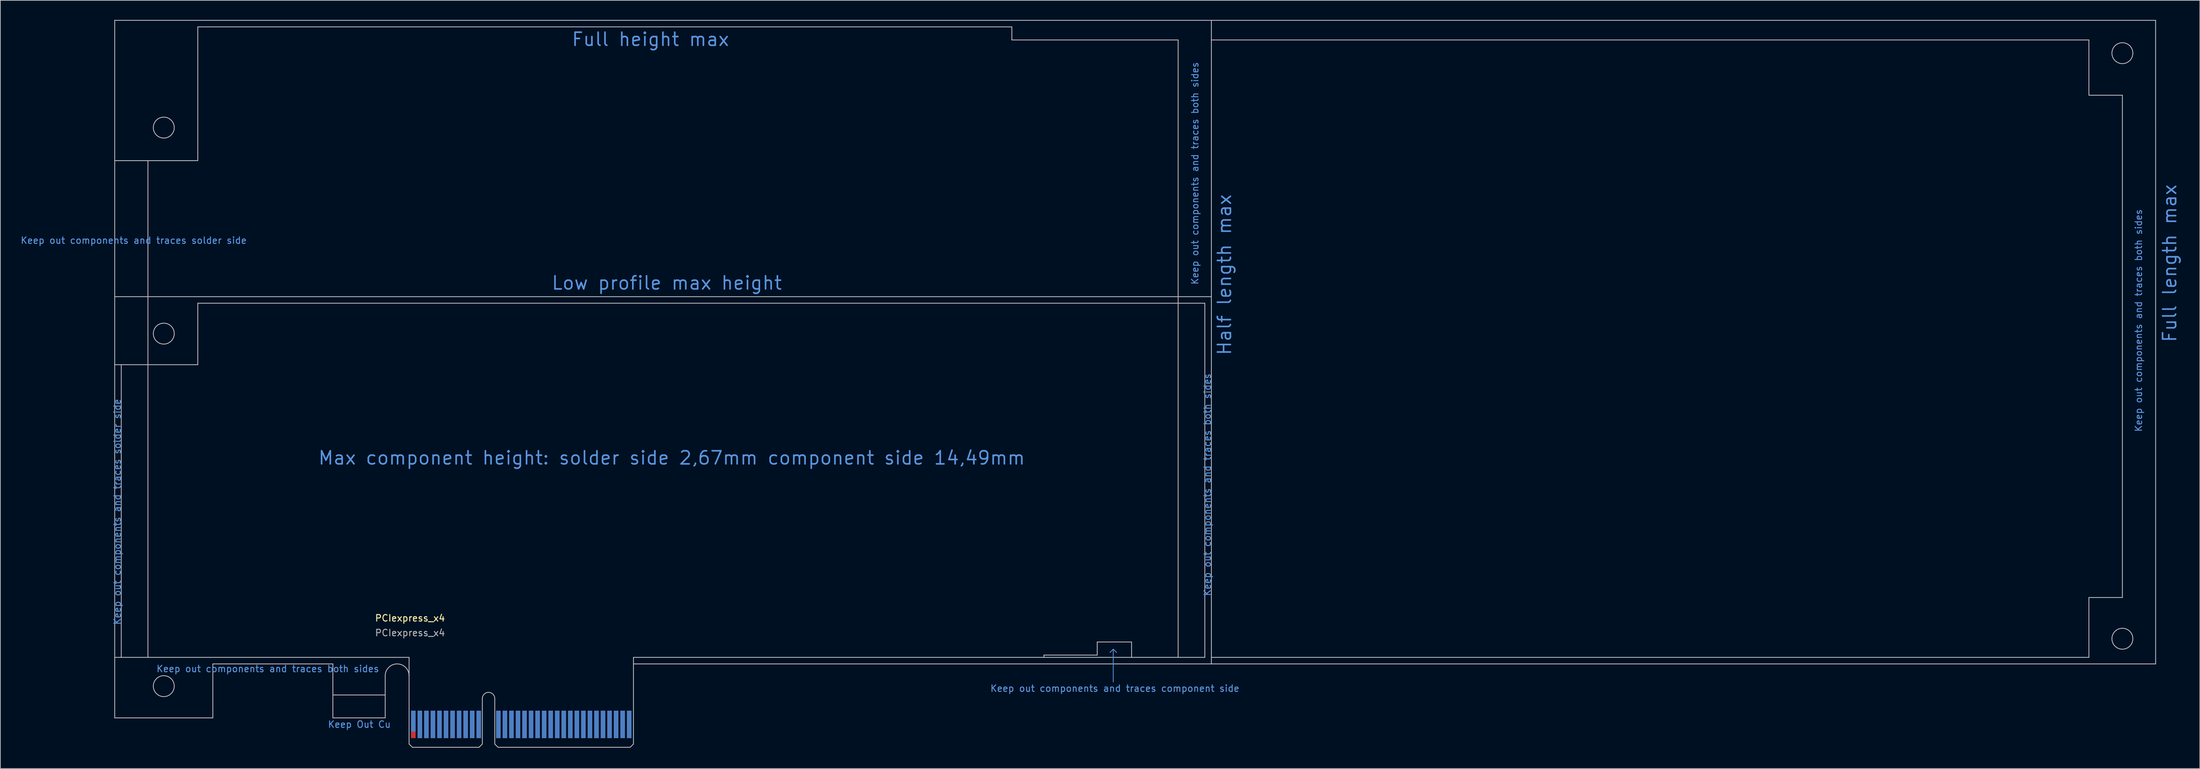
<source format=kicad_pcb>
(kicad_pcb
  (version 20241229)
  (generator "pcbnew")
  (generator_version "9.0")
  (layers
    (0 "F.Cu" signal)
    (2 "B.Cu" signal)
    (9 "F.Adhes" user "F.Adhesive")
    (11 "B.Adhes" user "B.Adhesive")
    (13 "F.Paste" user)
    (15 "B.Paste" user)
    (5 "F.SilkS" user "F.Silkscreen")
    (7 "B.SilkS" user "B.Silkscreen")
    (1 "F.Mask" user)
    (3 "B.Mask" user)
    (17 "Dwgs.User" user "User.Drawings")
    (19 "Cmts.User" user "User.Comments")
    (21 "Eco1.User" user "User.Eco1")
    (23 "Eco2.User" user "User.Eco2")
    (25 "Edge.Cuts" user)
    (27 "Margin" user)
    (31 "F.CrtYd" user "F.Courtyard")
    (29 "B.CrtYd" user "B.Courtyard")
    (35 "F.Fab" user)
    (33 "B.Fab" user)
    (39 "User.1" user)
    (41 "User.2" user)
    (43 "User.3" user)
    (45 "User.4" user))
  (footprint "PCIexpress_x4"
    (layer "F.Cu")
    (at 59.637 111.21)
    (property "Reference" "PCIexpress_x4" (at 0 -19.75 0) (layer "F.SilkS") (effects (font (size 1 1) (thickness 0.15))))
    (attr exclude_from_pos_files exclude_from_bom)
    (fp_poly (pts (xy -11.8 -4.5) (xy -11.8 -8) (xy -3.8 -8) (xy -3.8 -4.5)) (stroke (width 0) (type solid)) (fill yes) (layer "F.Mask"))
    (fp_poly (pts (xy -0.25 -5.5) (xy 34.25 -5.5) (xy 34.25 0) (xy -0.25 0)) (stroke (width 0.2) (type solid)) (fill yes) (layer "F.Mask"))
    (fp_poly (pts (xy -11.8 -4.5) (xy -11.8 -8) (xy -3.8 -8) (xy -3.8 -4.5)) (stroke (width 0) (type solid)) (fill yes) (layer "B.Mask"))
    (fp_poly (pts (xy -0.25 -5.5) (xy 34.25 -5.5) (xy 34.25 0) (xy -0.25 0)) (stroke (width 0.2) (type solid)) (fill yes) (layer "B.Mask"))
    (fp_line (start -45.15 -111.15) (end -45.15 -4.5) (stroke (width 0.12) (type solid)) (layer "Dwgs.User"))
    (fp_line (start -45.15 -111.15) (end 122.5 -111.15) (stroke (width 0.12) (type solid)) (layer "Dwgs.User"))
    (fp_line (start -45.15 -89.7) (end -32.45 -89.7) (stroke (width 0.12) (type solid)) (layer "Dwgs.User"))
    (fp_line (start -45.15 -68.9) (end 122.5 -68.9) (stroke (width 0.12) (type solid)) (layer "Dwgs.User"))
    (fp_line (start -45.15 -58.5) (end -32.45 -58.5) (stroke (width 0.12) (type solid)) (layer "Dwgs.User"))
    (fp_line (start -44.15 -58.5) (end -44.15 -13.75) (stroke (width 0.12) (type solid)) (layer "Dwgs.User"))
    (fp_line (start -40.07 -13.75) (end -40.07 -89.7) (stroke (width 0.12) (type solid)) (layer "Dwgs.User"))
    (fp_line (start -32.45 -110.15) (end -32.45 -89.7) (stroke (width 0.12) (type solid)) (layer "Dwgs.User"))
    (fp_line (start -32.45 -110.15) (end 92 -110.15) (stroke (width 0.12) (type solid)) (layer "Dwgs.User"))
    (fp_line (start -32.45 -67.9) (end 121.5 -67.9) (stroke (width 0.12) (type solid)) (layer "Dwgs.User"))
    (fp_line (start -32.45 -58.5) (end -32.45 -67.9) (stroke (width 0.12) (type solid)) (layer "Dwgs.User"))
    (fp_line (start -30.15 -12.75) (end -11.8 -12.75) (stroke (width 0.12) (type solid)) (layer "Dwgs.User"))
    (fp_line (start -30.15 -4.5) (end -45.15 -4.5) (stroke (width 0.12) (type solid)) (layer "Dwgs.User"))
    (fp_line (start -30.15 -4.5) (end -30.15 -12.75) (stroke (width 0.12) (type solid)) (layer "Dwgs.User"))
    (fp_line (start -11.8 -8) (end -3.8 -8) (stroke (width 0.12) (type solid)) (layer "Dwgs.User"))
    (fp_line (start -11.8 -4.5) (end -11.8 -12.75) (stroke (width 0.12) (type solid)) (layer "Dwgs.User"))
    (fp_line (start -11.8 -4.5) (end -3.8 -4.5) (stroke (width 0.12) (type solid)) (layer "Dwgs.User"))
    (fp_line (start -3.8 -4.5) (end -3.8 -10.925) (stroke (width 0.12) (type solid)) (layer "Dwgs.User"))
    (fp_line (start -0.15 -13.75) (end -45.15 -13.75) (stroke (width 0.12) (type solid)) (layer "Dwgs.User"))
    (fp_line (start -0.15 -10.925) (end -0.15 -13.75) (stroke (width 0.12) (type solid)) (layer "Dwgs.User"))
    (fp_line (start -0.15 -0.5) (end -0.15 -10.925) (stroke (width 0.12) (type solid)) (layer "Dwgs.User"))
    (fp_line (start -0.15 -0.5) (end 0.35 0) (stroke (width 0.12) (type solid)) (layer "Dwgs.User"))
    (fp_line (start 0.35 0) (end 10.55 0) (stroke (width 0.12) (type solid)) (layer "Dwgs.User"))
    (fp_line (start 11.05 -7.45) (end 11.05 -0.5) (stroke (width 0.12) (type solid)) (layer "Dwgs.User"))
    (fp_line (start 11.05 -0.5) (end 10.55 0) (stroke (width 0.12) (type solid)) (layer "Dwgs.User"))
    (fp_line (start 12.95 -7.45) (end 12.95 -0.5) (stroke (width 0.12) (type solid)) (layer "Dwgs.User"))
    (fp_line (start 12.95 -0.5) (end 13.45 0) (stroke (width 0.12) (type solid)) (layer "Dwgs.User"))
    (fp_line (start 13.45 0) (end 33.65 0) (stroke (width 0.12) (type solid)) (layer "Dwgs.User"))
    (fp_line (start 34.15 -13.75) (end 121.5 -13.75) (stroke (width 0.12) (type solid)) (layer "Dwgs.User"))
    (fp_line (start 34.15 -12.75) (end 34.15 -13.75) (stroke (width 0.12) (type solid)) (layer "Dwgs.User"))
    (fp_line (start 34.15 -12.75) (end 122.503 -12.75) (stroke (width 0.12) (type solid)) (layer "Dwgs.User"))
    (fp_line (start 34.15 -0.5) (end 33.65 0) (stroke (width 0.12) (type solid)) (layer "Dwgs.User"))
    (fp_line (start 34.15 -0.5) (end 34.15 -12.75) (stroke (width 0.12) (type solid)) (layer "Dwgs.User"))
    (fp_line (start 92 -110.15) (end 92 -108.15) (stroke (width 0.12) (type solid)) (layer "Dwgs.User"))
    (fp_line (start 92 -108.15) (end 117.42 -108.15) (stroke (width 0.12) (type solid)) (layer "Dwgs.User"))
    (fp_line (start 96.9 -14.1) (end 96.9 -13.75) (stroke (width 0.12) (type solid)) (layer "Dwgs.User"))
    (fp_line (start 96.9 -14.1) (end 105.05 -14.1) (stroke (width 0.12) (type solid)) (layer "Dwgs.User"))
    (fp_line (start 105.05 -16.1) (end 110.3 -16.1) (stroke (width 0.12) (type solid)) (layer "Dwgs.User"))
    (fp_line (start 105.05 -14.1) (end 105.05 -16.1) (stroke (width 0.12) (type solid)) (layer "Dwgs.User"))
    (fp_line (start 110.3 -16.1) (end 110.3 -13.75) (stroke (width 0.12) (type solid)) (layer "Dwgs.User"))
    (fp_line (start 117.42 -108.15) (end 117.42 -13.75) (stroke (width 0.12) (type solid)) (layer "Dwgs.User"))
    (fp_line (start 121.5 -67.9) (end 121.5 -13.75) (stroke (width 0.12) (type solid)) (layer "Dwgs.User"))
    (fp_line (start 122.5 -111.15) (end 122.5 -12.75) (stroke (width 0.12) (type solid)) (layer "Dwgs.User"))
    (fp_line (start 122.5 -111.15) (end 266.85 -111.15) (stroke (width 0.12) (type solid)) (layer "Dwgs.User"))
    (fp_line (start 122.5 -108.15) (end 256.65 -108.15) (stroke (width 0.12) (type solid)) (layer "Dwgs.User"))
    (fp_line (start 122.5 -13.75) (end 256.65 -13.75) (stroke (width 0.12) (type solid)) (layer "Dwgs.User"))
    (fp_line (start 122.503 -12.75) (end 266.853 -12.75) (stroke (width 0.12) (type solid)) (layer "Dwgs.User"))
    (fp_line (start 256.65 -108.15) (end 256.65 -99.7) (stroke (width 0.12) (type solid)) (layer "Dwgs.User"))
    (fp_line (start 256.65 -99.7) (end 261.77 -99.7) (stroke (width 0.12) (type solid)) (layer "Dwgs.User"))
    (fp_line (start 256.65 -22.9) (end 261.77 -22.9) (stroke (width 0.12) (type solid)) (layer "Dwgs.User"))
    (fp_line (start 256.65 -13.75) (end 256.65 -22.9) (stroke (width 0.12) (type solid)) (layer "Dwgs.User"))
    (fp_line (start 261.77 -99.7) (end 261.77 -22.9) (stroke (width 0.12) (type solid)) (layer "Dwgs.User"))
    (fp_line (start 266.85 -111.15) (end 266.853 -12.75) (stroke (width 0.12) (type solid)) (layer "Dwgs.User"))
    (fp_arc (start -3.8 -10.925) (mid -1.975 -12.75) (end -0.15 -10.925) (stroke (width 0.12) (type solid)) (layer "Dwgs.User"))
    (fp_arc (start 11.05 -7.45) (mid 12 -8.4) (end 12.95 -7.45) (stroke (width 0.12) (type solid)) (layer "Dwgs.User"))
    (fp_circle (center -37.65 -94.75) (end -36.05 -94.75) (stroke (width 0.12) (type solid)) (fill no) (layer "Dwgs.User"))
    (fp_circle (center -37.65 -63.25) (end -36.05 -63.25) (stroke (width 0.12) (type solid)) (fill no) (layer "Dwgs.User"))
    (fp_circle (center -37.65 -9.35) (end -36.05 -9.35) (stroke (width 0.12) (type solid)) (fill no) (layer "Dwgs.User"))
    (fp_circle (center 261.77 -106.13) (end 263.37 -106.13) (stroke (width 0.12) (type solid)) (fill no) (layer "Dwgs.User"))
    (fp_circle (center 261.77 -16.6) (end 263.37 -16.6) (stroke (width 0.12) (type solid)) (fill no) (layer "Dwgs.User"))
    (fp_line (start 107.5 -15) (end 107 -14.5) (stroke (width 0.12) (type solid)) (layer "Cmts.User"))
    (fp_line (start 107.5 -15) (end 108 -14.5) (stroke (width 0.12) (type solid)) (layer "Cmts.User"))
    (fp_line (start 107.5 -10) (end 107.5 -15) (stroke (width 0.12) (type solid)) (layer "Cmts.User"))
    (fp_text user "Full height max" (at 36.75 -108.25 0) (layer "Cmts.User") (effects (font (size 2 2) (thickness 0.25))))
    (fp_text user "Keep out components and traces both sides" (at 120 -87.75 90) (layer "Cmts.User") (effects (font (size 1 1) (thickness 0.15))))
    (fp_text user "Half length max" (at 124.5 -72.25 90) (layer "Cmts.User") (effects (font (size 2 2) (thickness 0.25))))
    (fp_text user "Keep out components and traces solder side" (at -42.25 -77.5 180) (layer "Cmts.User") (effects (font (size 1 1) (thickness 0.15))))
    (fp_text user "Max component height: solder side 2,67mm component side 14,49mm" (at 40 -44.25 0) (layer "Cmts.User") (effects (font (size 2 2) (thickness 0.25))))
    (fp_text user "Low profile max height" (at 39.25 -71 0) (layer "Cmts.User") (effects (font (size 2 2) (thickness 0.25))))
    (fp_text user "Keep out components and traces both sides" (at -21.75 -12 0) (layer "Cmts.User") (effects (font (size 1 1) (thickness 0.15))))
    (fp_text user "Keep out components and traces both sides" (at 264.25 -65.25 90) (layer "Cmts.User") (effects (font (size 1 1) (thickness 0.15))))
    (fp_text user "Keep Out Cu" (at -7.75 -3.5 0) (layer "Cmts.User") (effects (font (size 1 1) (thickness 0.15))))
    (fp_text user "Keep out components and traces component side" (at 107.75 -9 180) (layer "Cmts.User") (effects (font (size 1 1) (thickness 0.15))))
    (fp_text user "Keep out components and traces solder side" (at -44.75 -36 90) (layer "Cmts.User") (effects (font (size 1 1) (thickness 0.15))))
    (fp_text user "Keep out components and traces both sides" (at 121.893 -40.135 90) (layer "Cmts.User") (effects (font (size 1 1) (thickness 0.15))))
    (fp_text user "Full length max" (at 269 -74 90) (layer "Cmts.User") (effects (font (size 2 2) (thickness 0.25))))
    (fp_text user "${REFERENCE}" (at 0 -17.5 0) (layer "F.Fab") (effects (font (size 1 1) (thickness 0.15))))
    (pad "A1" connect rect (at 0.5 -4) (size 0.7 3.2) (layers "B.Cu"))
    (pad "A2" connect rect (at 1.5 -3.5) (size 0.7 4.2) (layers "B.Cu"))
    (pad "A3" connect rect (at 2.5 -3.5) (size 0.7 4.2) (layers "B.Cu"))
    (pad "A4" connect rect (at 3.5 -3.5) (size 0.7 4.2) (layers "B.Cu"))
    (pad "A5" connect rect (at 4.5 -3.5) (size 0.7 4.2) (layers "B.Cu"))
    (pad "A6" connect rect (at 5.5 -3.5) (size 0.7 4.2) (layers "B.Cu"))
    (pad "A7" connect rect (at 6.5 -3.5) (size 0.7 4.2) (layers "B.Cu"))
    (pad "A8" connect rect (at 7.5 -3.5) (size 0.7 4.2) (layers "B.Cu"))
    (pad "A9" connect rect (at 8.5 -3.5) (size 0.7 4.2) (layers "B.Cu"))
    (pad "A10" connect rect (at 9.5 -3.5) (size 0.7 4.2) (layers "B.Cu"))
    (pad "A11" connect rect (at 10.5 -3.5) (size 0.7 4.2) (layers "B.Cu"))
    (pad "A12" connect rect (at 13.5 -3.5) (size 0.7 4.2) (layers "B.Cu"))
    (pad "A13" connect rect (at 14.5 -3.5) (size 0.7 4.2) (layers "B.Cu"))
    (pad "A14" connect rect (at 15.5 -3.5) (size 0.7 4.2) (layers "B.Cu"))
    (pad "A15" connect rect (at 16.5 -3.5) (size 0.7 4.2) (layers "B.Cu"))
    (pad "A16" connect rect (at 17.5 -3.5) (size 0.7 4.2) (layers "B.Cu"))
    (pad "A17" connect rect (at 18.5 -3.5) (size 0.7 4.2) (layers "B.Cu"))
    (pad "A18" connect rect (at 19.5 -3.5) (size 0.7 4.2) (layers "B.Cu"))
    (pad "A19" connect rect (at 20.5 -3.5) (size 0.7 4.2) (layers "B.Cu"))
    (pad "A20" connect rect (at 21.5 -3.5) (size 0.7 4.2) (layers "B.Cu"))
    (pad "A21" connect rect (at 22.5 -3.5) (size 0.7 4.2) (layers "B.Cu"))
    (pad "A22" connect rect (at 23.5 -3.5) (size 0.7 4.2) (layers "B.Cu"))
    (pad "A23" connect rect (at 24.5 -3.5) (size 0.7 4.2) (layers "B.Cu"))
    (pad "A24" connect rect (at 25.5 -3.5) (size 0.7 4.2) (layers "B.Cu"))
    (pad "A25" connect rect (at 26.5 -3.5) (size 0.7 4.2) (layers "B.Cu"))
    (pad "A26" connect rect (at 27.5 -3.5) (size 0.7 4.2) (layers "B.Cu"))
    (pad "A27" connect rect (at 28.5 -3.5) (size 0.7 4.2) (layers "B.Cu"))
    (pad "A28" connect rect (at 29.5 -3.5) (size 0.7 4.2) (layers "B.Cu"))
    (pad "A29" connect rect (at 30.5 -3.5) (size 0.7 4.2) (layers "B.Cu"))
    (pad "A30" connect rect (at 31.5 -3.5) (size 0.7 4.2) (layers "B.Cu"))
    (pad "A31" connect rect (at 32.5 -3.5) (size 0.7 4.2) (layers "B.Cu"))
    (pad "A32" connect rect (at 33.5 -3.5) (size 0.7 4.2) (layers "B.Cu"))
    (pad "B1" connect rect (at 0.5 -3.5) (size 0.7 4.2) (layers "F.Cu"))
    (pad "B2" connect rect (at 1.5 -3.5) (size 0.7 4.2) (layers "F.Cu"))
    (pad "B3" connect rect (at 2.5 -3.5) (size 0.7 4.2) (layers "F.Cu"))
    (pad "B4" connect rect (at 3.5 -3.5) (size 0.7 4.2) (layers "F.Cu"))
    (pad "B5" connect rect (at 4.5 -3.5) (size 0.7 4.2) (layers "F.Cu"))
    (pad "B6" connect rect (at 5.5 -3.5) (size 0.7 4.2) (layers "F.Cu"))
    (pad "B7" connect rect (at 6.5 -3.5) (size 0.7 4.2) (layers "F.Cu"))
    (pad "B8" connect rect (at 7.5 -3.5) (size 0.7 4.2) (layers "F.Cu"))
    (pad "B9" connect rect (at 8.5 -3.5) (size 0.7 4.2) (layers "F.Cu"))
    (pad "B10" connect rect (at 9.5 -3.5) (size 0.7 4.2) (layers "F.Cu"))
    (pad "B11" connect rect (at 10.5 -3.5) (size 0.7 4.2) (layers "F.Cu"))
    (pad "B12" connect rect (at 13.5 -3.5) (size 0.7 4.2) (layers "F.Cu"))
    (pad "B13" connect rect (at 14.5 -3.5) (size 0.7 4.2) (layers "F.Cu"))
    (pad "B14" connect rect (at 15.5 -3.5) (size 0.7 4.2) (layers "F.Cu"))
    (pad "B15" connect rect (at 16.5 -3.5) (size 0.7 4.2) (layers "F.Cu"))
    (pad "B16" connect rect (at 17.5 -3.5) (size 0.7 4.2) (layers "F.Cu"))
    (pad "B17" connect rect (at 18.5 -4) (size 0.7 3.2) (layers "F.Cu"))
    (pad "B18" connect rect (at 19.5 -3.5) (size 0.7 4.2) (layers "F.Cu"))
    (pad "B19" connect rect (at 20.5 -3.5) (size 0.7 4.2) (layers "F.Cu"))
    (pad "B20" connect rect (at 21.5 -3.5) (size 0.7 4.2) (layers "F.Cu"))
    (pad "B21" connect rect (at 22.5 -3.5) (size 0.7 4.2) (layers "F.Cu"))
    (pad "B22" connect rect (at 23.5 -3.5) (size 0.7 4.2) (layers "F.Cu"))
    (pad "B23" connect rect (at 24.5 -3.5) (size 0.7 4.2) (layers "F.Cu"))
    (pad "B24" connect rect (at 25.5 -3.5) (size 0.7 4.2) (layers "F.Cu"))
    (pad "B25" connect rect (at 26.5 -3.5) (size 0.7 4.2) (layers "F.Cu"))
    (pad "B26" connect rect (at 27.5 -3.5) (size 0.7 4.2) (layers "F.Cu"))
    (pad "B27" connect rect (at 28.5 -3.5) (size 0.7 4.2) (layers "F.Cu"))
    (pad "B28" connect rect (at 29.5 -3.5) (size 0.7 4.2) (layers "F.Cu"))
    (pad "B29" connect rect (at 30.5 -3.5) (size 0.7 4.2) (layers "F.Cu"))
    (pad "B30" connect rect (at 31.5 -3.5) (size 0.7 4.2) (layers "F.Cu"))
    (pad "B31" connect rect (at 32.5 -4) (size 0.7 3.2) (layers "F.Cu"))
    (pad "B32" connect rect (at 33.5 -3.5) (size 0.7 4.2) (layers "F.Cu")))
  (gr_rect
    (start -3 -3)
    (end 333.246 114.46)
    (stroke (width 0.1) (type default))
    (fill no)
    (layer "Edge.Cuts")))
</source>
